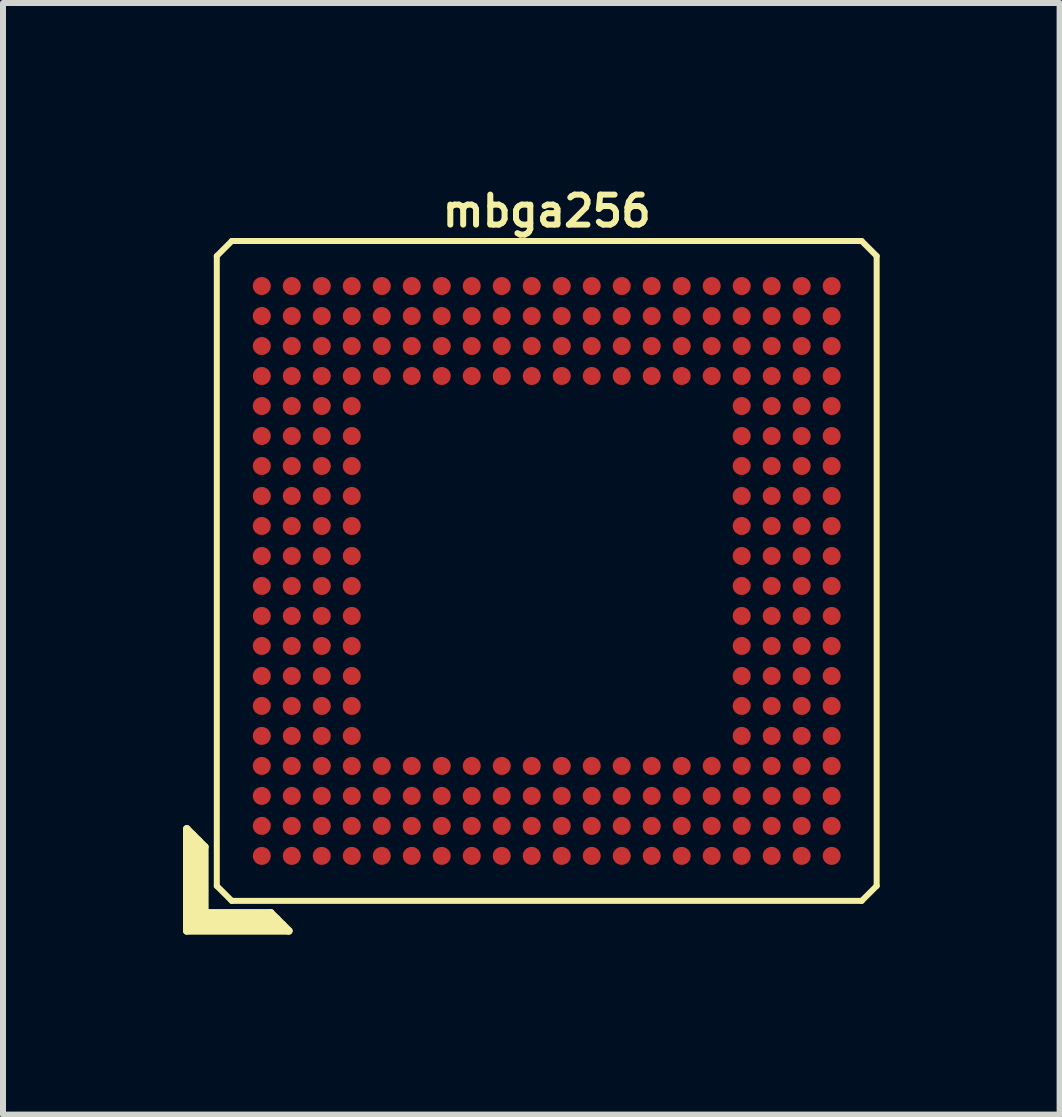
<source format=kicad_pcb>
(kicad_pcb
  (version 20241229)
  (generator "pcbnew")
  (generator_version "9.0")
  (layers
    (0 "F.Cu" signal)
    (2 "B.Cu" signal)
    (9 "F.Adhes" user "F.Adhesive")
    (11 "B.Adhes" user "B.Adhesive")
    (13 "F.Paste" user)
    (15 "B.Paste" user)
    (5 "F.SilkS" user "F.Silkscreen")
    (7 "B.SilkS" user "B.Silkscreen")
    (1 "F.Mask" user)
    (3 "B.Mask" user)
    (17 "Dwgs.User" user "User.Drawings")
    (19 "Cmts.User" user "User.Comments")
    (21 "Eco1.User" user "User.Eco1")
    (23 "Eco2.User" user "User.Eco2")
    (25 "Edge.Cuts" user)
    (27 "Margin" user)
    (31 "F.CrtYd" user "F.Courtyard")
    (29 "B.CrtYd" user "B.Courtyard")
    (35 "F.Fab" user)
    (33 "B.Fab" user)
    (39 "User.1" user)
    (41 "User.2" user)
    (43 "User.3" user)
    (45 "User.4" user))
  (footprint "mbga256"
    (layer "F.Cu")
    (at 6.064 6.468)
    (property "Reference" "mbga256" (at 0 -6 0) (layer "F.SilkS") (effects (font (size 0.5 0.5) (thickness 0.1))))
    (attr smd)
    (fp_line (start -6 4.3) (end -5.7 4.6) (stroke (width 0.127) (type solid)) (layer "F.SilkS"))
    (fp_line (start -6 6) (end -6 4.3) (stroke (width 0.127) (type solid)) (layer "F.SilkS"))
    (fp_line (start -5.9 4.4) (end -5.9 5.9) (stroke (width 0.127) (type solid)) (layer "F.SilkS"))
    (fp_line (start -5.9 5.9) (end -4.4 5.9) (stroke (width 0.127) (type solid)) (layer "F.SilkS"))
    (fp_line (start -5.8 5.8) (end -5.8 4.5) (stroke (width 0.127) (type solid)) (layer "F.SilkS"))
    (fp_line (start -5.7 4.6) (end -5.7 5.7) (stroke (width 0.127) (type solid)) (layer "F.SilkS"))
    (fp_line (start -5.7 5.7) (end -4.6 5.7) (stroke (width 0.127) (type solid)) (layer "F.SilkS"))
    (fp_line (start -5.5 -5.25) (end -5.5 5.25) (stroke (width 0.1) (type solid)) (layer "F.SilkS"))
    (fp_line (start -5.5 -5.25) (end -5.25 -5.5) (stroke (width 0.1) (type solid)) (layer "F.SilkS"))
    (fp_line (start -5.25 5.5) (end -5.5 5.25) (stroke (width 0.1) (type solid)) (layer "F.SilkS"))
    (fp_line (start -5.25 5.5) (end 5.25 5.5) (stroke (width 0.1) (type solid)) (layer "F.SilkS"))
    (fp_line (start -4.6 5.7) (end -4.3 6) (stroke (width 0.127) (type solid)) (layer "F.SilkS"))
    (fp_line (start -4.5 5.8) (end -5.8 5.8) (stroke (width 0.127) (type solid)) (layer "F.SilkS"))
    (fp_line (start -4.3 6) (end -6 6) (stroke (width 0.127) (type solid)) (layer "F.SilkS"))
    (fp_line (start 5.25 -5.5) (end -5.25 -5.5) (stroke (width 0.1) (type solid)) (layer "F.SilkS"))
    (fp_line (start 5.25 -5.5) (end 5.5 -5.25) (stroke (width 0.1) (type solid)) (layer "F.SilkS"))
    (fp_line (start 5.5 5.25) (end 5.25 5.5) (stroke (width 0.1) (type solid)) (layer "F.SilkS"))
    (fp_line (start 5.5 5.25) (end 5.5 -5.25) (stroke (width 0.1) (type solid)) (layer "F.SilkS"))
    (pad "A1" smd circle (at -4.75 4.75) (size 0.3 0.3) (layers "F.Cu" "F.Mask" "F.Paste"))
    (pad "A2" smd circle (at -4.25 4.75) (size 0.3 0.3) (layers "F.Cu" "F.Mask" "F.Paste"))
    (pad "A3" smd circle (at -3.75 4.75) (size 0.3 0.3) (layers "F.Cu" "F.Mask" "F.Paste"))
    (pad "A4" smd circle (at -3.25 4.75) (size 0.3 0.3) (layers "F.Cu" "F.Mask" "F.Paste"))
    (pad "A5" smd circle (at -2.75 4.75) (size 0.3 0.3) (layers "F.Cu" "F.Mask" "F.Paste"))
    (pad "A6" smd circle (at -2.25 4.75) (size 0.3 0.3) (layers "F.Cu" "F.Mask" "F.Paste"))
    (pad "A7" smd circle (at -1.75 4.75) (size 0.3 0.3) (layers "F.Cu" "F.Mask" "F.Paste"))
    (pad "A8" smd circle (at -1.25 4.75) (size 0.3 0.3) (layers "F.Cu" "F.Mask" "F.Paste"))
    (pad "A9" smd circle (at -0.75 4.75) (size 0.3 0.3) (layers "F.Cu" "F.Mask" "F.Paste"))
    (pad "A10" smd circle (at -0.25 4.75) (size 0.3 0.3) (layers "F.Cu" "F.Mask" "F.Paste"))
    (pad "A11" smd circle (at 0.25 4.75) (size 0.3 0.3) (layers "F.Cu" "F.Mask" "F.Paste"))
    (pad "A12" smd circle (at 0.75 4.75) (size 0.3 0.3) (layers "F.Cu" "F.Mask" "F.Paste"))
    (pad "A13" smd circle (at 1.25 4.75) (size 0.3 0.3) (layers "F.Cu" "F.Mask" "F.Paste"))
    (pad "A14" smd circle (at 1.75 4.75) (size 0.3 0.3) (layers "F.Cu" "F.Mask" "F.Paste"))
    (pad "A15" smd circle (at 2.25 4.75) (size 0.3 0.3) (layers "F.Cu" "F.Mask" "F.Paste"))
    (pad "A16" smd circle (at 2.75 4.75) (size 0.3 0.3) (layers "F.Cu" "F.Mask" "F.Paste"))
    (pad "A17" smd circle (at 3.25 4.75) (size 0.3 0.3) (layers "F.Cu" "F.Mask" "F.Paste"))
    (pad "A18" smd circle (at 3.75 4.75) (size 0.3 0.3) (layers "F.Cu" "F.Mask" "F.Paste"))
    (pad "A19" smd circle (at 4.25 4.75) (size 0.3 0.3) (layers "F.Cu" "F.Mask" "F.Paste"))
    (pad "A20" smd circle (at 4.75 4.75) (size 0.3 0.3) (layers "F.Cu" "F.Mask" "F.Paste"))
    (pad "B1" smd circle (at -4.75 4.25) (size 0.3 0.3) (layers "F.Cu" "F.Mask" "F.Paste"))
    (pad "B2" smd circle (at -4.25 4.25) (size 0.3 0.3) (layers "F.Cu" "F.Mask" "F.Paste"))
    (pad "B3" smd circle (at -3.75 4.25) (size 0.3 0.3) (layers "F.Cu" "F.Mask" "F.Paste"))
    (pad "B4" smd circle (at -3.25 4.25) (size 0.3 0.3) (layers "F.Cu" "F.Mask" "F.Paste"))
    (pad "B5" smd circle (at -2.75 4.25) (size 0.3 0.3) (layers "F.Cu" "F.Mask" "F.Paste"))
    (pad "B6" smd circle (at -2.25 4.25) (size 0.3 0.3) (layers "F.Cu" "F.Mask" "F.Paste"))
    (pad "B7" smd circle (at -1.75 4.25) (size 0.3 0.3) (layers "F.Cu" "F.Mask" "F.Paste"))
    (pad "B8" smd circle (at -1.25 4.25) (size 0.3 0.3) (layers "F.Cu" "F.Mask" "F.Paste"))
    (pad "B9" smd circle (at -0.75 4.25) (size 0.3 0.3) (layers "F.Cu" "F.Mask" "F.Paste"))
    (pad "B10" smd circle (at -0.25 4.25) (size 0.3 0.3) (layers "F.Cu" "F.Mask" "F.Paste"))
    (pad "B11" smd circle (at 0.25 4.25) (size 0.3 0.3) (layers "F.Cu" "F.Mask" "F.Paste"))
    (pad "B12" smd circle (at 0.75 4.25) (size 0.3 0.3) (layers "F.Cu" "F.Mask" "F.Paste"))
    (pad "B13" smd circle (at 1.25 4.25) (size 0.3 0.3) (layers "F.Cu" "F.Mask" "F.Paste"))
    (pad "B14" smd circle (at 1.75 4.25) (size 0.3 0.3) (layers "F.Cu" "F.Mask" "F.Paste"))
    (pad "B15" smd circle (at 2.25 4.25) (size 0.3 0.3) (layers "F.Cu" "F.Mask" "F.Paste"))
    (pad "B16" smd circle (at 2.75 4.25) (size 0.3 0.3) (layers "F.Cu" "F.Mask" "F.Paste"))
    (pad "B17" smd circle (at 3.25 4.25) (size 0.3 0.3) (layers "F.Cu" "F.Mask" "F.Paste"))
    (pad "B18" smd circle (at 3.75 4.25) (size 0.3 0.3) (layers "F.Cu" "F.Mask" "F.Paste"))
    (pad "B19" smd circle (at 4.25 4.25) (size 0.3 0.3) (layers "F.Cu" "F.Mask" "F.Paste"))
    (pad "B20" smd circle (at 4.75 4.25) (size 0.3 0.3) (layers "F.Cu" "F.Mask" "F.Paste"))
    (pad "C1" smd circle (at -4.75 3.75) (size 0.3 0.3) (layers "F.Cu" "F.Mask" "F.Paste"))
    (pad "C2" smd circle (at -4.25 3.75) (size 0.3 0.3) (layers "F.Cu" "F.Mask" "F.Paste"))
    (pad "C3" smd circle (at -3.75 3.75) (size 0.3 0.3) (layers "F.Cu" "F.Mask" "F.Paste"))
    (pad "C4" smd circle (at -3.25 3.75) (size 0.3 0.3) (layers "F.Cu" "F.Mask" "F.Paste"))
    (pad "C5" smd circle (at -2.75 3.75) (size 0.3 0.3) (layers "F.Cu" "F.Mask" "F.Paste"))
    (pad "C6" smd circle (at -2.25 3.75) (size 0.3 0.3) (layers "F.Cu" "F.Mask" "F.Paste"))
    (pad "C7" smd circle (at -1.75 3.75) (size 0.3 0.3) (layers "F.Cu" "F.Mask" "F.Paste"))
    (pad "C8" smd circle (at -1.25 3.75) (size 0.3 0.3) (layers "F.Cu" "F.Mask" "F.Paste"))
    (pad "C9" smd circle (at -0.75 3.75) (size 0.3 0.3) (layers "F.Cu" "F.Mask" "F.Paste"))
    (pad "C10" smd circle (at -0.25 3.75) (size 0.3 0.3) (layers "F.Cu" "F.Mask" "F.Paste"))
    (pad "C11" smd circle (at 0.25 3.75) (size 0.3 0.3) (layers "F.Cu" "F.Mask" "F.Paste"))
    (pad "C12" smd circle (at 0.75 3.75) (size 0.3 0.3) (layers "F.Cu" "F.Mask" "F.Paste"))
    (pad "C13" smd circle (at 1.25 3.75) (size 0.3 0.3) (layers "F.Cu" "F.Mask" "F.Paste"))
    (pad "C14" smd circle (at 1.75 3.75) (size 0.3 0.3) (layers "F.Cu" "F.Mask" "F.Paste"))
    (pad "C15" smd circle (at 2.25 3.75) (size 0.3 0.3) (layers "F.Cu" "F.Mask" "F.Paste"))
    (pad "C16" smd circle (at 2.75 3.75) (size 0.3 0.3) (layers "F.Cu" "F.Mask" "F.Paste"))
    (pad "C17" smd circle (at 3.25 3.75) (size 0.3 0.3) (layers "F.Cu" "F.Mask" "F.Paste"))
    (pad "C18" smd circle (at 3.75 3.75) (size 0.3 0.3) (layers "F.Cu" "F.Mask" "F.Paste"))
    (pad "C19" smd circle (at 4.25 3.75) (size 0.3 0.3) (layers "F.Cu" "F.Mask" "F.Paste"))
    (pad "C20" smd circle (at 4.75 3.75) (size 0.3 0.3) (layers "F.Cu" "F.Mask" "F.Paste"))
    (pad "D1" smd circle (at -4.75 3.25) (size 0.3 0.3) (layers "F.Cu" "F.Mask" "F.Paste"))
    (pad "D2" smd circle (at -4.25 3.25) (size 0.3 0.3) (layers "F.Cu" "F.Mask" "F.Paste"))
    (pad "D3" smd circle (at -3.75 3.25) (size 0.3 0.3) (layers "F.Cu" "F.Mask" "F.Paste"))
    (pad "D4" smd circle (at -3.25 3.25) (size 0.3 0.3) (layers "F.Cu" "F.Mask" "F.Paste"))
    (pad "D5" smd circle (at -2.75 3.25) (size 0.3 0.3) (layers "F.Cu" "F.Mask" "F.Paste"))
    (pad "D6" smd circle (at -2.25 3.25) (size 0.3 0.3) (layers "F.Cu" "F.Mask" "F.Paste"))
    (pad "D7" smd circle (at -1.75 3.25) (size 0.3 0.3) (layers "F.Cu" "F.Mask" "F.Paste"))
    (pad "D8" smd circle (at -1.25 3.25) (size 0.3 0.3) (layers "F.Cu" "F.Mask" "F.Paste"))
    (pad "D9" smd circle (at -0.75 3.25) (size 0.3 0.3) (layers "F.Cu" "F.Mask" "F.Paste"))
    (pad "D10" smd circle (at -0.25 3.25) (size 0.3 0.3) (layers "F.Cu" "F.Mask" "F.Paste"))
    (pad "D11" smd circle (at 0.25 3.25) (size 0.3 0.3) (layers "F.Cu" "F.Mask" "F.Paste"))
    (pad "D12" smd circle (at 0.75 3.25) (size 0.3 0.3) (layers "F.Cu" "F.Mask" "F.Paste"))
    (pad "D13" smd circle (at 1.25 3.25) (size 0.3 0.3) (layers "F.Cu" "F.Mask" "F.Paste"))
    (pad "D14" smd circle (at 1.75 3.25) (size 0.3 0.3) (layers "F.Cu" "F.Mask" "F.Paste"))
    (pad "D15" smd circle (at 2.25 3.25) (size 0.3 0.3) (layers "F.Cu" "F.Mask" "F.Paste"))
    (pad "D16" smd circle (at 2.75 3.25) (size 0.3 0.3) (layers "F.Cu" "F.Mask" "F.Paste"))
    (pad "D17" smd circle (at 3.25 3.25) (size 0.3 0.3) (layers "F.Cu" "F.Mask" "F.Paste"))
    (pad "D18" smd circle (at 3.75 3.25) (size 0.3 0.3) (layers "F.Cu" "F.Mask" "F.Paste"))
    (pad "D19" smd circle (at 4.25 3.25) (size 0.3 0.3) (layers "F.Cu" "F.Mask" "F.Paste"))
    (pad "D20" smd circle (at 4.75 3.25) (size 0.3 0.3) (layers "F.Cu" "F.Mask" "F.Paste"))
    (pad "E1" smd circle (at -4.75 2.75) (size 0.3 0.3) (layers "F.Cu" "F.Mask" "F.Paste"))
    (pad "E2" smd circle (at -4.25 2.75) (size 0.3 0.3) (layers "F.Cu" "F.Mask" "F.Paste"))
    (pad "E3" smd circle (at -3.75 2.75) (size 0.3 0.3) (layers "F.Cu" "F.Mask" "F.Paste"))
    (pad "E4" smd circle (at -3.25 2.75) (size 0.3 0.3) (layers "F.Cu" "F.Mask" "F.Paste"))
    (pad "E17" smd circle (at 3.25 2.75) (size 0.3 0.3) (layers "F.Cu" "F.Mask" "F.Paste"))
    (pad "E18" smd circle (at 3.75 2.75) (size 0.3 0.3) (layers "F.Cu" "F.Mask" "F.Paste"))
    (pad "E19" smd circle (at 4.25 2.75) (size 0.3 0.3) (layers "F.Cu" "F.Mask" "F.Paste"))
    (pad "E20" smd circle (at 4.75 2.75) (size 0.3 0.3) (layers "F.Cu" "F.Mask" "F.Paste"))
    (pad "F1" smd circle (at -4.75 2.25) (size 0.3 0.3) (layers "F.Cu" "F.Mask" "F.Paste"))
    (pad "F2" smd circle (at -4.25 2.25) (size 0.3 0.3) (layers "F.Cu" "F.Mask" "F.Paste"))
    (pad "F3" smd circle (at -3.75 2.25) (size 0.3 0.3) (layers "F.Cu" "F.Mask" "F.Paste"))
    (pad "F4" smd circle (at -3.25 2.25) (size 0.3 0.3) (layers "F.Cu" "F.Mask" "F.Paste"))
    (pad "F17" smd circle (at 3.25 2.25) (size 0.3 0.3) (layers "F.Cu" "F.Mask" "F.Paste"))
    (pad "F18" smd circle (at 3.75 2.25) (size 0.3 0.3) (layers "F.Cu" "F.Mask" "F.Paste"))
    (pad "F19" smd circle (at 4.25 2.25) (size 0.3 0.3) (layers "F.Cu" "F.Mask" "F.Paste"))
    (pad "F20" smd circle (at 4.75 2.25) (size 0.3 0.3) (layers "F.Cu" "F.Mask" "F.Paste"))
    (pad "G1" smd circle (at -4.75 1.75) (size 0.3 0.3) (layers "F.Cu" "F.Mask" "F.Paste"))
    (pad "G2" smd circle (at -4.25 1.75) (size 0.3 0.3) (layers "F.Cu" "F.Mask" "F.Paste"))
    (pad "G3" smd circle (at -3.75 1.75) (size 0.3 0.3) (layers "F.Cu" "F.Mask" "F.Paste"))
    (pad "G4" smd circle (at -3.25 1.75) (size 0.3 0.3) (layers "F.Cu" "F.Mask" "F.Paste"))
    (pad "G17" smd circle (at 3.25 1.75) (size 0.3 0.3) (layers "F.Cu" "F.Mask" "F.Paste"))
    (pad "G18" smd circle (at 3.75 1.75) (size 0.3 0.3) (layers "F.Cu" "F.Mask" "F.Paste"))
    (pad "G19" smd circle (at 4.25 1.75) (size 0.3 0.3) (layers "F.Cu" "F.Mask" "F.Paste"))
    (pad "G20" smd circle (at 4.75 1.75) (size 0.3 0.3) (layers "F.Cu" "F.Mask" "F.Paste"))
    (pad "H1" smd circle (at -4.75 1.25) (size 0.3 0.3) (layers "F.Cu" "F.Mask" "F.Paste"))
    (pad "H2" smd circle (at -4.25 1.25) (size 0.3 0.3) (layers "F.Cu" "F.Mask" "F.Paste"))
    (pad "H3" smd circle (at -3.75 1.25) (size 0.3 0.3) (layers "F.Cu" "F.Mask" "F.Paste"))
    (pad "H4" smd circle (at -3.25 1.25) (size 0.3 0.3) (layers "F.Cu" "F.Mask" "F.Paste"))
    (pad "H17" smd circle (at 3.25 1.25) (size 0.3 0.3) (layers "F.Cu" "F.Mask" "F.Paste"))
    (pad "H18" smd circle (at 3.75 1.25) (size 0.3 0.3) (layers "F.Cu" "F.Mask" "F.Paste"))
    (pad "H19" smd circle (at 4.25 1.25) (size 0.3 0.3) (layers "F.Cu" "F.Mask" "F.Paste"))
    (pad "H20" smd circle (at 4.75 1.25) (size 0.3 0.3) (layers "F.Cu" "F.Mask" "F.Paste"))
    (pad "J1" smd circle (at -4.75 0.75) (size 0.3 0.3) (layers "F.Cu" "F.Mask" "F.Paste"))
    (pad "J2" smd circle (at -4.25 0.75) (size 0.3 0.3) (layers "F.Cu" "F.Mask" "F.Paste"))
    (pad "J3" smd circle (at -3.75 0.75) (size 0.3 0.3) (layers "F.Cu" "F.Mask" "F.Paste"))
    (pad "J4" smd circle (at -3.25 0.75) (size 0.3 0.3) (layers "F.Cu" "F.Mask" "F.Paste"))
    (pad "J17" smd circle (at 3.25 0.75) (size 0.3 0.3) (layers "F.Cu" "F.Mask" "F.Paste"))
    (pad "J18" smd circle (at 3.75 0.75) (size 0.3 0.3) (layers "F.Cu" "F.Mask" "F.Paste"))
    (pad "J19" smd circle (at 4.25 0.75) (size 0.3 0.3) (layers "F.Cu" "F.Mask" "F.Paste"))
    (pad "J20" smd circle (at 4.75 0.75) (size 0.3 0.3) (layers "F.Cu" "F.Mask" "F.Paste"))
    (pad "K1" smd circle (at -4.75 0.25) (size 0.3 0.3) (layers "F.Cu" "F.Mask" "F.Paste"))
    (pad "K2" smd circle (at -4.25 0.25) (size 0.3 0.3) (layers "F.Cu" "F.Mask" "F.Paste"))
    (pad "K3" smd circle (at -3.75 0.25) (size 0.3 0.3) (layers "F.Cu" "F.Mask" "F.Paste"))
    (pad "K4" smd circle (at -3.25 0.25) (size 0.3 0.3) (layers "F.Cu" "F.Mask" "F.Paste"))
    (pad "K17" smd circle (at 3.25 0.25) (size 0.3 0.3) (layers "F.Cu" "F.Mask" "F.Paste"))
    (pad "K18" smd circle (at 3.75 0.25) (size 0.3 0.3) (layers "F.Cu" "F.Mask" "F.Paste"))
    (pad "K19" smd circle (at 4.25 0.25) (size 0.3 0.3) (layers "F.Cu" "F.Mask" "F.Paste"))
    (pad "K20" smd circle (at 4.75 0.25) (size 0.3 0.3) (layers "F.Cu" "F.Mask" "F.Paste"))
    (pad "L1" smd circle (at -4.75 -0.25) (size 0.3 0.3) (layers "F.Cu" "F.Mask" "F.Paste"))
    (pad "L2" smd circle (at -4.25 -0.25) (size 0.3 0.3) (layers "F.Cu" "F.Mask" "F.Paste"))
    (pad "L3" smd circle (at -3.75 -0.25) (size 0.3 0.3) (layers "F.Cu" "F.Mask" "F.Paste"))
    (pad "L4" smd circle (at -3.25 -0.25) (size 0.3 0.3) (layers "F.Cu" "F.Mask" "F.Paste"))
    (pad "L17" smd circle (at 3.25 -0.25) (size 0.3 0.3) (layers "F.Cu" "F.Mask" "F.Paste"))
    (pad "L18" smd circle (at 3.75 -0.25) (size 0.3 0.3) (layers "F.Cu" "F.Mask" "F.Paste"))
    (pad "L19" smd circle (at 4.25 -0.25) (size 0.3 0.3) (layers "F.Cu" "F.Mask" "F.Paste"))
    (pad "L20" smd circle (at 4.75 -0.25) (size 0.3 0.3) (layers "F.Cu" "F.Mask" "F.Paste"))
    (pad "M1" smd circle (at -4.75 -0.75) (size 0.3 0.3) (layers "F.Cu" "F.Mask" "F.Paste"))
    (pad "M2" smd circle (at -4.25 -0.75) (size 0.3 0.3) (layers "F.Cu" "F.Mask" "F.Paste"))
    (pad "M3" smd circle (at -3.75 -0.75) (size 0.3 0.3) (layers "F.Cu" "F.Mask" "F.Paste"))
    (pad "M4" smd circle (at -3.25 -0.75) (size 0.3 0.3) (layers "F.Cu" "F.Mask" "F.Paste"))
    (pad "M17" smd circle (at 3.25 -0.75) (size 0.3 0.3) (layers "F.Cu" "F.Mask" "F.Paste"))
    (pad "M18" smd circle (at 3.75 -0.75) (size 0.3 0.3) (layers "F.Cu" "F.Mask" "F.Paste"))
    (pad "M19" smd circle (at 4.25 -0.75) (size 0.3 0.3) (layers "F.Cu" "F.Mask" "F.Paste"))
    (pad "M20" smd circle (at 4.75 -0.75) (size 0.3 0.3) (layers "F.Cu" "F.Mask" "F.Paste"))
    (pad "N1" smd circle (at -4.75 -1.25) (size 0.3 0.3) (layers "F.Cu" "F.Mask" "F.Paste"))
    (pad "N2" smd circle (at -4.25 -1.25) (size 0.3 0.3) (layers "F.Cu" "F.Mask" "F.Paste"))
    (pad "N3" smd circle (at -3.75 -1.25) (size 0.3 0.3) (layers "F.Cu" "F.Mask" "F.Paste"))
    (pad "N4" smd circle (at -3.25 -1.25) (size 0.3 0.3) (layers "F.Cu" "F.Mask" "F.Paste"))
    (pad "N17" smd circle (at 3.25 -1.25) (size 0.3 0.3) (layers "F.Cu" "F.Mask" "F.Paste"))
    (pad "N18" smd circle (at 3.75 -1.25) (size 0.3 0.3) (layers "F.Cu" "F.Mask" "F.Paste"))
    (pad "N19" smd circle (at 4.25 -1.25) (size 0.3 0.3) (layers "F.Cu" "F.Mask" "F.Paste"))
    (pad "N20" smd circle (at 4.75 -1.25) (size 0.3 0.3) (layers "F.Cu" "F.Mask" "F.Paste"))
    (pad "P1" smd circle (at -4.75 -1.75) (size 0.3 0.3) (layers "F.Cu" "F.Mask" "F.Paste"))
    (pad "P2" smd circle (at -4.25 -1.75) (size 0.3 0.3) (layers "F.Cu" "F.Mask" "F.Paste"))
    (pad "P3" smd circle (at -3.75 -1.75) (size 0.3 0.3) (layers "F.Cu" "F.Mask" "F.Paste"))
    (pad "P4" smd circle (at -3.25 -1.75) (size 0.3 0.3) (layers "F.Cu" "F.Mask" "F.Paste"))
    (pad "P17" smd circle (at 3.25 -1.75) (size 0.3 0.3) (layers "F.Cu" "F.Mask" "F.Paste"))
    (pad "P18" smd circle (at 3.75 -1.75) (size 0.3 0.3) (layers "F.Cu" "F.Mask" "F.Paste"))
    (pad "P19" smd circle (at 4.25 -1.75) (size 0.3 0.3) (layers "F.Cu" "F.Mask" "F.Paste"))
    (pad "P20" smd circle (at 4.75 -1.75) (size 0.3 0.3) (layers "F.Cu" "F.Mask" "F.Paste"))
    (pad "R1" smd circle (at -4.75 -2.25) (size 0.3 0.3) (layers "F.Cu" "F.Mask" "F.Paste"))
    (pad "R2" smd circle (at -4.25 -2.25) (size 0.3 0.3) (layers "F.Cu" "F.Mask" "F.Paste"))
    (pad "R3" smd circle (at -3.75 -2.25) (size 0.3 0.3) (layers "F.Cu" "F.Mask" "F.Paste"))
    (pad "R4" smd circle (at -3.25 -2.25) (size 0.3 0.3) (layers "F.Cu" "F.Mask" "F.Paste"))
    (pad "R17" smd circle (at 3.25 -2.25) (size 0.3 0.3) (layers "F.Cu" "F.Mask" "F.Paste"))
    (pad "R18" smd circle (at 3.75 -2.25) (size 0.3 0.3) (layers "F.Cu" "F.Mask" "F.Paste"))
    (pad "R19" smd circle (at 4.25 -2.25) (size 0.3 0.3) (layers "F.Cu" "F.Mask" "F.Paste"))
    (pad "R20" smd circle (at 4.75 -2.25) (size 0.3 0.3) (layers "F.Cu" "F.Mask" "F.Paste"))
    (pad "T1" smd circle (at -4.75 -2.75) (size 0.3 0.3) (layers "F.Cu" "F.Mask" "F.Paste"))
    (pad "T2" smd circle (at -4.25 -2.75) (size 0.3 0.3) (layers "F.Cu" "F.Mask" "F.Paste"))
    (pad "T3" smd circle (at -3.75 -2.75) (size 0.3 0.3) (layers "F.Cu" "F.Mask" "F.Paste"))
    (pad "T4" smd circle (at -3.25 -2.75) (size 0.3 0.3) (layers "F.Cu" "F.Mask" "F.Paste"))
    (pad "T17" smd circle (at 3.25 -2.75) (size 0.3 0.3) (layers "F.Cu" "F.Mask" "F.Paste"))
    (pad "T18" smd circle (at 3.75 -2.75) (size 0.3 0.3) (layers "F.Cu" "F.Mask" "F.Paste"))
    (pad "T19" smd circle (at 4.25 -2.75) (size 0.3 0.3) (layers "F.Cu" "F.Mask" "F.Paste"))
    (pad "T20" smd circle (at 4.75 -2.75) (size 0.3 0.3) (layers "F.Cu" "F.Mask" "F.Paste"))
    (pad "U1" smd circle (at -4.75 -3.25) (size 0.3 0.3) (layers "F.Cu" "F.Mask" "F.Paste"))
    (pad "U2" smd circle (at -4.25 -3.25) (size 0.3 0.3) (layers "F.Cu" "F.Mask" "F.Paste"))
    (pad "U3" smd circle (at -3.75 -3.25) (size 0.3 0.3) (layers "F.Cu" "F.Mask" "F.Paste"))
    (pad "U4" smd circle (at -3.25 -3.25) (size 0.3 0.3) (layers "F.Cu" "F.Mask" "F.Paste"))
    (pad "U5" smd circle (at -2.75 -3.25) (size 0.3 0.3) (layers "F.Cu" "F.Mask" "F.Paste"))
    (pad "U6" smd circle (at -2.25 -3.25) (size 0.3 0.3) (layers "F.Cu" "F.Mask" "F.Paste"))
    (pad "U7" smd circle (at -1.75 -3.25) (size 0.3 0.3) (layers "F.Cu" "F.Mask" "F.Paste"))
    (pad "U8" smd circle (at -1.25 -3.25) (size 0.3 0.3) (layers "F.Cu" "F.Mask" "F.Paste"))
    (pad "U9" smd circle (at -0.75 -3.25) (size 0.3 0.3) (layers "F.Cu" "F.Mask" "F.Paste"))
    (pad "U10" smd circle (at -0.25 -3.25) (size 0.3 0.3) (layers "F.Cu" "F.Mask" "F.Paste"))
    (pad "U11" smd circle (at 0.25 -3.25) (size 0.3 0.3) (layers "F.Cu" "F.Mask" "F.Paste"))
    (pad "U12" smd circle (at 0.75 -3.25) (size 0.3 0.3) (layers "F.Cu" "F.Mask" "F.Paste"))
    (pad "U13" smd circle (at 1.25 -3.25) (size 0.3 0.3) (layers "F.Cu" "F.Mask" "F.Paste"))
    (pad "U14" smd circle (at 1.75 -3.25) (size 0.3 0.3) (layers "F.Cu" "F.Mask" "F.Paste"))
    (pad "U15" smd circle (at 2.25 -3.25) (size 0.3 0.3) (layers "F.Cu" "F.Mask" "F.Paste"))
    (pad "U16" smd circle (at 2.75 -3.25) (size 0.3 0.3) (layers "F.Cu" "F.Mask" "F.Paste"))
    (pad "U17" smd circle (at 3.25 -3.25) (size 0.3 0.3) (layers "F.Cu" "F.Mask" "F.Paste"))
    (pad "U18" smd circle (at 3.75 -3.25) (size 0.3 0.3) (layers "F.Cu" "F.Mask" "F.Paste"))
    (pad "U19" smd circle (at 4.25 -3.25) (size 0.3 0.3) (layers "F.Cu" "F.Mask" "F.Paste"))
    (pad "U20" smd circle (at 4.75 -3.25) (size 0.3 0.3) (layers "F.Cu" "F.Mask" "F.Paste"))
    (pad "V1" smd circle (at -4.75 -3.75) (size 0.3 0.3) (layers "F.Cu" "F.Mask" "F.Paste"))
    (pad "V2" smd circle (at -4.25 -3.75) (size 0.3 0.3) (layers "F.Cu" "F.Mask" "F.Paste"))
    (pad "V3" smd circle (at -3.75 -3.75) (size 0.3 0.3) (layers "F.Cu" "F.Mask" "F.Paste"))
    (pad "V4" smd circle (at -3.25 -3.75) (size 0.3 0.3) (layers "F.Cu" "F.Mask" "F.Paste"))
    (pad "V5" smd circle (at -2.75 -3.75) (size 0.3 0.3) (layers "F.Cu" "F.Mask" "F.Paste"))
    (pad "V6" smd circle (at -2.25 -3.75) (size 0.3 0.3) (layers "F.Cu" "F.Mask" "F.Paste"))
    (pad "V7" smd circle (at -1.75 -3.75) (size 0.3 0.3) (layers "F.Cu" "F.Mask" "F.Paste"))
    (pad "V8" smd circle (at -1.25 -3.75) (size 0.3 0.3) (layers "F.Cu" "F.Mask" "F.Paste"))
    (pad "V9" smd circle (at -0.75 -3.75) (size 0.3 0.3) (layers "F.Cu" "F.Mask" "F.Paste"))
    (pad "V10" smd circle (at -0.25 -3.75) (size 0.3 0.3) (layers "F.Cu" "F.Mask" "F.Paste"))
    (pad "V11" smd circle (at 0.25 -3.75) (size 0.3 0.3) (layers "F.Cu" "F.Mask" "F.Paste"))
    (pad "V12" smd circle (at 0.75 -3.75) (size 0.3 0.3) (layers "F.Cu" "F.Mask" "F.Paste"))
    (pad "V13" smd circle (at 1.25 -3.75) (size 0.3 0.3) (layers "F.Cu" "F.Mask" "F.Paste"))
    (pad "V14" smd circle (at 1.75 -3.75) (size 0.3 0.3) (layers "F.Cu" "F.Mask" "F.Paste"))
    (pad "V15" smd circle (at 2.25 -3.75) (size 0.3 0.3) (layers "F.Cu" "F.Mask" "F.Paste"))
    (pad "V16" smd circle (at 2.75 -3.75) (size 0.3 0.3) (layers "F.Cu" "F.Mask" "F.Paste"))
    (pad "V17" smd circle (at 3.25 -3.75) (size 0.3 0.3) (layers "F.Cu" "F.Mask" "F.Paste"))
    (pad "V18" smd circle (at 3.75 -3.75) (size 0.3 0.3) (layers "F.Cu" "F.Mask" "F.Paste"))
    (pad "V19" smd circle (at 4.25 -3.75) (size 0.3 0.3) (layers "F.Cu" "F.Mask" "F.Paste"))
    (pad "V20" smd circle (at 4.75 -3.75) (size 0.3 0.3) (layers "F.Cu" "F.Mask" "F.Paste"))
    (pad "W1" smd circle (at -4.75 -4.25) (size 0.3 0.3) (layers "F.Cu" "F.Mask" "F.Paste"))
    (pad "W2" smd circle (at -4.25 -4.25) (size 0.3 0.3) (layers "F.Cu" "F.Mask" "F.Paste"))
    (pad "W3" smd circle (at -3.75 -4.25) (size 0.3 0.3) (layers "F.Cu" "F.Mask" "F.Paste"))
    (pad "W4" smd circle (at -3.25 -4.25) (size 0.3 0.3) (layers "F.Cu" "F.Mask" "F.Paste"))
    (pad "W5" smd circle (at -2.75 -4.25) (size 0.3 0.3) (layers "F.Cu" "F.Mask" "F.Paste"))
    (pad "W6" smd circle (at -2.25 -4.25) (size 0.3 0.3) (layers "F.Cu" "F.Mask" "F.Paste"))
    (pad "W7" smd circle (at -1.75 -4.25) (size 0.3 0.3) (layers "F.Cu" "F.Mask" "F.Paste"))
    (pad "W8" smd circle (at -1.25 -4.25) (size 0.3 0.3) (layers "F.Cu" "F.Mask" "F.Paste"))
    (pad "W9" smd circle (at -0.75 -4.25) (size 0.3 0.3) (layers "F.Cu" "F.Mask" "F.Paste"))
    (pad "W10" smd circle (at -0.25 -4.25) (size 0.3 0.3) (layers "F.Cu" "F.Mask" "F.Paste"))
    (pad "W11" smd circle (at 0.25 -4.25) (size 0.3 0.3) (layers "F.Cu" "F.Mask" "F.Paste"))
    (pad "W12" smd circle (at 0.75 -4.25) (size 0.3 0.3) (layers "F.Cu" "F.Mask" "F.Paste"))
    (pad "W13" smd circle (at 1.25 -4.25) (size 0.3 0.3) (layers "F.Cu" "F.Mask" "F.Paste"))
    (pad "W14" smd circle (at 1.75 -4.25) (size 0.3 0.3) (layers "F.Cu" "F.Mask" "F.Paste"))
    (pad "W15" smd circle (at 2.25 -4.25) (size 0.3 0.3) (layers "F.Cu" "F.Mask" "F.Paste"))
    (pad "W16" smd circle (at 2.75 -4.25) (size 0.3 0.3) (layers "F.Cu" "F.Mask" "F.Paste"))
    (pad "W17" smd circle (at 3.25 -4.25) (size 0.3 0.3) (layers "F.Cu" "F.Mask" "F.Paste"))
    (pad "W18" smd circle (at 3.75 -4.25) (size 0.3 0.3) (layers "F.Cu" "F.Mask" "F.Paste"))
    (pad "W19" smd circle (at 4.25 -4.25) (size 0.3 0.3) (layers "F.Cu" "F.Mask" "F.Paste"))
    (pad "W20" smd circle (at 4.75 -4.25) (size 0.3 0.3) (layers "F.Cu" "F.Mask" "F.Paste"))
    (pad "Y1" smd circle (at -4.75 -4.75) (size 0.3 0.3) (layers "F.Cu" "F.Mask" "F.Paste"))
    (pad "Y2" smd circle (at -4.25 -4.75) (size 0.3 0.3) (layers "F.Cu" "F.Mask" "F.Paste"))
    (pad "Y3" smd circle (at -3.75 -4.75) (size 0.3 0.3) (layers "F.Cu" "F.Mask" "F.Paste"))
    (pad "Y4" smd circle (at -3.25 -4.75) (size 0.3 0.3) (layers "F.Cu" "F.Mask" "F.Paste"))
    (pad "Y5" smd circle (at -2.75 -4.75) (size 0.3 0.3) (layers "F.Cu" "F.Mask" "F.Paste"))
    (pad "Y6" smd circle (at -2.25 -4.75) (size 0.3 0.3) (layers "F.Cu" "F.Mask" "F.Paste"))
    (pad "Y7" smd circle (at -1.75 -4.75) (size 0.3 0.3) (layers "F.Cu" "F.Mask" "F.Paste"))
    (pad "Y8" smd circle (at -1.25 -4.75) (size 0.3 0.3) (layers "F.Cu" "F.Mask" "F.Paste"))
    (pad "Y9" smd circle (at -0.75 -4.75) (size 0.3 0.3) (layers "F.Cu" "F.Mask" "F.Paste"))
    (pad "Y10" smd circle (at -0.25 -4.75) (size 0.3 0.3) (layers "F.Cu" "F.Mask" "F.Paste"))
    (pad "Y11" smd circle (at 0.25 -4.75) (size 0.3 0.3) (layers "F.Cu" "F.Mask" "F.Paste"))
    (pad "Y12" smd circle (at 0.75 -4.75) (size 0.3 0.3) (layers "F.Cu" "F.Mask" "F.Paste"))
    (pad "Y13" smd circle (at 1.25 -4.75) (size 0.3 0.3) (layers "F.Cu" "F.Mask" "F.Paste"))
    (pad "Y14" smd circle (at 1.75 -4.75) (size 0.3 0.3) (layers "F.Cu" "F.Mask" "F.Paste"))
    (pad "Y15" smd circle (at 2.25 -4.75) (size 0.3 0.3) (layers "F.Cu" "F.Mask" "F.Paste"))
    (pad "Y16" smd circle (at 2.75 -4.75) (size 0.3 0.3) (layers "F.Cu" "F.Mask" "F.Paste"))
    (pad "Y17" smd circle (at 3.25 -4.75) (size 0.3 0.3) (layers "F.Cu" "F.Mask" "F.Paste"))
    (pad "Y18" smd circle (at 3.75 -4.75) (size 0.3 0.3) (layers "F.Cu" "F.Mask" "F.Paste"))
    (pad "Y19" smd circle (at 4.25 -4.75) (size 0.3 0.3) (layers "F.Cu" "F.Mask" "F.Paste"))
    (pad "Y20" smd circle (at 4.75 -4.75) (size 0.3 0.3) (layers "F.Cu" "F.Mask" "F.Paste")))
  (gr_rect
    (start -3 -3)
    (end 14.614 15.531)
    (stroke (width 0.1) (type default))
    (fill no)
    (layer "Edge.Cuts")))
</source>
